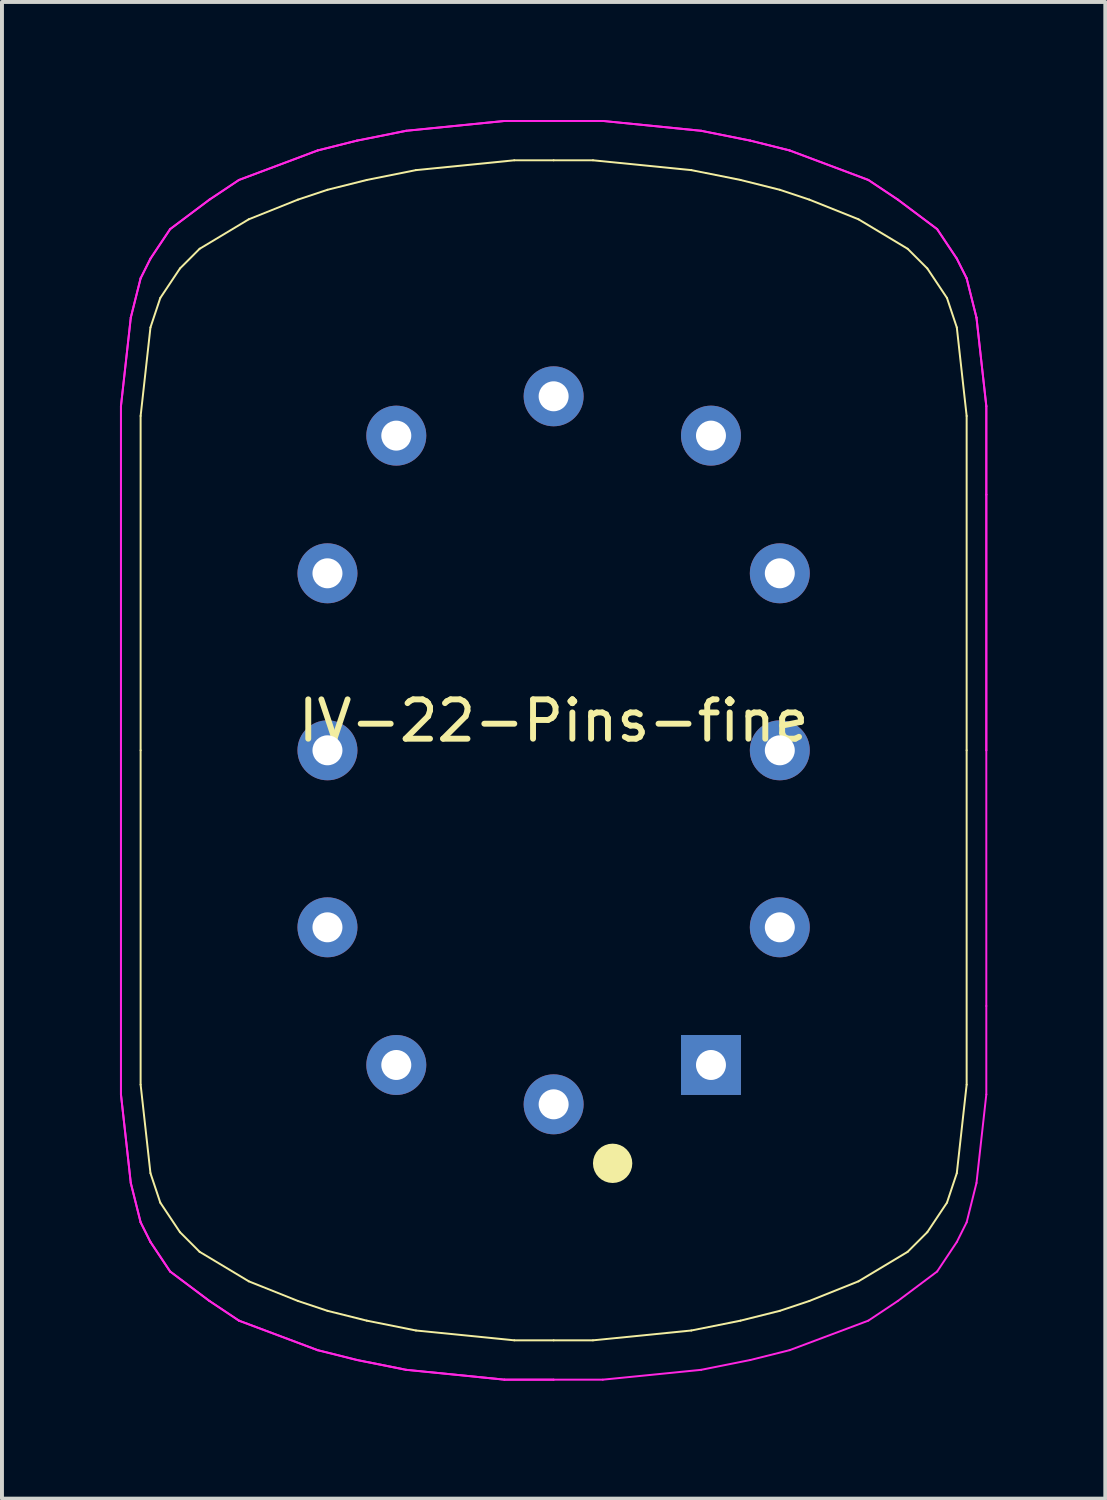
<source format=kicad_pcb>
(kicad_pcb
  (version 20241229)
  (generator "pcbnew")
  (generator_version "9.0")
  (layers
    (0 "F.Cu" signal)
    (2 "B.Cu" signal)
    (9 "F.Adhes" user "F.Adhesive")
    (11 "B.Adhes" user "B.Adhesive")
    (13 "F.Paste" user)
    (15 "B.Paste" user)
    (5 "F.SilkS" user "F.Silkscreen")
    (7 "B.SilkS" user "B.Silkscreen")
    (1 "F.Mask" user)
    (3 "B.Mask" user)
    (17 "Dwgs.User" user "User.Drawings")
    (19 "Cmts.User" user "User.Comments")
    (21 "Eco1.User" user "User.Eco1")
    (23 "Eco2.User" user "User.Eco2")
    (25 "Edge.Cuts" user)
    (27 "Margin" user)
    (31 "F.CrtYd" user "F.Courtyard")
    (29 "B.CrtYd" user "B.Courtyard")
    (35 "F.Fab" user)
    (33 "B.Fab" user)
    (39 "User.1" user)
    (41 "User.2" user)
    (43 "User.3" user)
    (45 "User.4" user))
  (footprint "IV-22-Pins-fine"
    (layer "F.Cu")
    (at 11.025 16.025)
    (property "Reference" "IV-22-Pins-fine" (at 0 -0.75 0) (layer "F.SilkS") (effects (font (size 1 1) (thickness 0.15))))
    (attr through_hole)
    (fp_line (start -10.5 -8.5) (end -10.5 0) (stroke (width 0.05) (type solid)) (layer "F.SilkS"))
    (fp_line (start -10.5 8.5) (end -10.5 0) (stroke (width 0.05) (type solid)) (layer "F.SilkS"))
    (fp_line (start -10.5 8.5) (end -10.25 10.75) (stroke (width 0.05) (type solid)) (layer "F.SilkS"))
    (fp_line (start -10.25 -10.75) (end -10.5 -8.5) (stroke (width 0.05) (type solid)) (layer "F.SilkS"))
    (fp_line (start -10.25 10.75) (end -10 11.5) (stroke (width 0.05) (type solid)) (layer "F.SilkS"))
    (fp_line (start -10 -11.5) (end -10.25 -10.75) (stroke (width 0.05) (type solid)) (layer "F.SilkS"))
    (fp_line (start -10 11.5) (end -9.5 12.25) (stroke (width 0.05) (type solid)) (layer "F.SilkS"))
    (fp_line (start -9.5 -12.25) (end -10 -11.5) (stroke (width 0.05) (type solid)) (layer "F.SilkS"))
    (fp_line (start -9.5 12.25) (end -9 12.75) (stroke (width 0.05) (type solid)) (layer "F.SilkS"))
    (fp_line (start -9 -12.75) (end -9.5 -12.25) (stroke (width 0.05) (type solid)) (layer "F.SilkS"))
    (fp_line (start -7.75 -13.5) (end -9 -12.75) (stroke (width 0.05) (type solid)) (layer "F.SilkS"))
    (fp_line (start -7.75 13.5) (end -9 12.75) (stroke (width 0.05) (type solid)) (layer "F.SilkS"))
    (fp_line (start -6.5 -14) (end -7.75 -13.5) (stroke (width 0.05) (type solid)) (layer "F.SilkS"))
    (fp_line (start -6.5 14) (end -7.75 13.5) (stroke (width 0.05) (type solid)) (layer "F.SilkS"))
    (fp_line (start -5.75 -14.25) (end -6.5 -14) (stroke (width 0.05) (type solid)) (layer "F.SilkS"))
    (fp_line (start -5.75 14.25) (end -6.5 14) (stroke (width 0.05) (type solid)) (layer "F.SilkS"))
    (fp_line (start -4.75 -14.5) (end -5.75 -14.25) (stroke (width 0.05) (type solid)) (layer "F.SilkS"))
    (fp_line (start -4.75 14.5) (end -5.75 14.25) (stroke (width 0.05) (type solid)) (layer "F.SilkS"))
    (fp_line (start -3.5 -14.75) (end -4.75 -14.5) (stroke (width 0.05) (type solid)) (layer "F.SilkS"))
    (fp_line (start -3.5 -14.75) (end -1 -15) (stroke (width 0.05) (type solid)) (layer "F.SilkS"))
    (fp_line (start -3.5 14.75) (end -4.75 14.5) (stroke (width 0.05) (type solid)) (layer "F.SilkS"))
    (fp_line (start -1 -15) (end 0 -15) (stroke (width 0.05) (type solid)) (layer "F.SilkS"))
    (fp_line (start -1 15) (end -3.5 14.75) (stroke (width 0.05) (type solid)) (layer "F.SilkS"))
    (fp_line (start 0 -15) (end 1 -15) (stroke (width 0.05) (type solid)) (layer "F.SilkS"))
    (fp_line (start 0 15) (end -1 15) (stroke (width 0.05) (type solid)) (layer "F.SilkS"))
    (fp_line (start 1 -15) (end 3.5 -14.75) (stroke (width 0.05) (type solid)) (layer "F.SilkS"))
    (fp_line (start 1 15) (end 0 15) (stroke (width 0.05) (type solid)) (layer "F.SilkS"))
    (fp_line (start 3.5 -14.75) (end 4.75 -14.5) (stroke (width 0.05) (type solid)) (layer "F.SilkS"))
    (fp_line (start 3.5 14.75) (end 1 15) (stroke (width 0.05) (type solid)) (layer "F.SilkS"))
    (fp_line (start 3.5 14.75) (end 4.75 14.5) (stroke (width 0.05) (type solid)) (layer "F.SilkS"))
    (fp_line (start 4.75 -14.5) (end 5.75 -14.25) (stroke (width 0.05) (type solid)) (layer "F.SilkS"))
    (fp_line (start 4.75 14.5) (end 5.75 14.25) (stroke (width 0.05) (type solid)) (layer "F.SilkS"))
    (fp_line (start 5.75 -14.25) (end 6.5 -14) (stroke (width 0.05) (type solid)) (layer "F.SilkS"))
    (fp_line (start 5.75 14.25) (end 6.5 14) (stroke (width 0.05) (type solid)) (layer "F.SilkS"))
    (fp_line (start 6.5 -14) (end 7.75 -13.5) (stroke (width 0.05) (type solid)) (layer "F.SilkS"))
    (fp_line (start 6.5 14) (end 7.75 13.5) (stroke (width 0.05) (type solid)) (layer "F.SilkS"))
    (fp_line (start 7.75 -13.5) (end 9 -12.75) (stroke (width 0.05) (type solid)) (layer "F.SilkS"))
    (fp_line (start 7.75 13.5) (end 9 12.75) (stroke (width 0.05) (type solid)) (layer "F.SilkS"))
    (fp_line (start 9 12.75) (end 9.5 12.25) (stroke (width 0.05) (type solid)) (layer "F.SilkS"))
    (fp_line (start 9.5 -12.25) (end 9 -12.75) (stroke (width 0.05) (type solid)) (layer "F.SilkS"))
    (fp_line (start 9.5 12.25) (end 10 11.5) (stroke (width 0.05) (type solid)) (layer "F.SilkS"))
    (fp_line (start 10 -11.5) (end 9.5 -12.25) (stroke (width 0.05) (type solid)) (layer "F.SilkS"))
    (fp_line (start 10 11.5) (end 10.25 10.75) (stroke (width 0.05) (type solid)) (layer "F.SilkS"))
    (fp_line (start 10.25 -10.75) (end 10 -11.5) (stroke (width 0.05) (type solid)) (layer "F.SilkS"))
    (fp_line (start 10.25 10.75) (end 10.5 8.5) (stroke (width 0.05) (type solid)) (layer "F.SilkS"))
    (fp_line (start 10.5 -8.5) (end 10.25 -10.75) (stroke (width 0.05) (type solid)) (layer "F.SilkS"))
    (fp_line (start 10.5 -8.5) (end 10.5 0) (stroke (width 0.05) (type solid)) (layer "F.SilkS"))
    (fp_line (start 10.5 8.5) (end 10.5 0) (stroke (width 0.05) (type solid)) (layer "F.SilkS"))
    (fp_circle (center 1.5 10.5) (end 1.25 10.5) (stroke (width 0.5) (type solid)) (fill no) (layer "F.SilkS"))
    (fp_line (start -11 -8.75) (end -10.75 -11) (stroke (width 0.05) (type solid)) (layer "F.CrtYd"))
    (fp_line (start -11 -8.75) (end -10.75 -11) (stroke (width 0.05) (type solid)) (layer "F.CrtYd"))
    (fp_line (start -11 -6.5) (end -11 -8.75) (stroke (width 0.05) (type solid)) (layer "F.CrtYd"))
    (fp_line (start -11 -6.5) (end -11 -8.75) (stroke (width 0.05) (type solid)) (layer "F.CrtYd"))
    (fp_line (start -11 -6.5) (end -11 0) (stroke (width 0.05) (type solid)) (layer "F.CrtYd"))
    (fp_line (start -11 -6.5) (end -11 0) (stroke (width 0.05) (type solid)) (layer "F.CrtYd"))
    (fp_line (start -11 6.5) (end -11 0) (stroke (width 0.05) (type solid)) (layer "F.CrtYd"))
    (fp_line (start -11 6.5) (end -11 0) (stroke (width 0.05) (type solid)) (layer "F.CrtYd"))
    (fp_line (start -11 6.5) (end -11 8.75) (stroke (width 0.05) (type solid)) (layer "F.CrtYd"))
    (fp_line (start -11 6.5) (end -11 8.75) (stroke (width 0.05) (type solid)) (layer "F.CrtYd"))
    (fp_line (start -11 8.75) (end -10.75 11) (stroke (width 0.05) (type solid)) (layer "F.CrtYd"))
    (fp_line (start -11 8.75) (end -10.75 11) (stroke (width 0.05) (type solid)) (layer "F.CrtYd"))
    (fp_line (start -10.75 -11) (end -10.5 -12) (stroke (width 0.05) (type solid)) (layer "F.CrtYd"))
    (fp_line (start -10.75 -11) (end -10.5 -12) (stroke (width 0.05) (type solid)) (layer "F.CrtYd"))
    (fp_line (start -10.75 11) (end -10.5 12) (stroke (width 0.05) (type solid)) (layer "F.CrtYd"))
    (fp_line (start -10.75 11) (end -10.5 12) (stroke (width 0.05) (type solid)) (layer "F.CrtYd"))
    (fp_line (start -10.5 -12) (end -10.25 -12.5) (stroke (width 0.05) (type solid)) (layer "F.CrtYd"))
    (fp_line (start -10.5 -12) (end -10.25 -12.5) (stroke (width 0.05) (type solid)) (layer "F.CrtYd"))
    (fp_line (start -10.5 12) (end -10.25 12.5) (stroke (width 0.05) (type solid)) (layer "F.CrtYd"))
    (fp_line (start -10.5 12) (end -10.25 12.5) (stroke (width 0.05) (type solid)) (layer "F.CrtYd"))
    (fp_line (start -9.75 -13.25) (end -10.25 -12.5) (stroke (width 0.05) (type solid)) (layer "F.CrtYd"))
    (fp_line (start -9.75 -13.25) (end -10.25 -12.5) (stroke (width 0.05) (type solid)) (layer "F.CrtYd"))
    (fp_line (start -9.75 13.25) (end -10.25 12.5) (stroke (width 0.05) (type solid)) (layer "F.CrtYd"))
    (fp_line (start -9.75 13.25) (end -10.25 12.5) (stroke (width 0.05) (type solid)) (layer "F.CrtYd"))
    (fp_line (start -8.75 -14) (end -9.75 -13.25) (stroke (width 0.05) (type solid)) (layer "F.CrtYd"))
    (fp_line (start -8.75 -14) (end -9.75 -13.25) (stroke (width 0.05) (type solid)) (layer "F.CrtYd"))
    (fp_line (start -8.75 14) (end -9.75 13.25) (stroke (width 0.05) (type solid)) (layer "F.CrtYd"))
    (fp_line (start -8.75 14) (end -9.75 13.25) (stroke (width 0.05) (type solid)) (layer "F.CrtYd"))
    (fp_line (start -8 -14.5) (end -8.75 -14) (stroke (width 0.05) (type solid)) (layer "F.CrtYd"))
    (fp_line (start -8 -14.5) (end -8.75 -14) (stroke (width 0.05) (type solid)) (layer "F.CrtYd"))
    (fp_line (start -8 14.5) (end -8.75 14) (stroke (width 0.05) (type solid)) (layer "F.CrtYd"))
    (fp_line (start -8 14.5) (end -8.75 14) (stroke (width 0.05) (type solid)) (layer "F.CrtYd"))
    (fp_line (start -6 -15.25) (end -8 -14.5) (stroke (width 0.05) (type solid)) (layer "F.CrtYd"))
    (fp_line (start -6 -15.25) (end -8 -14.5) (stroke (width 0.05) (type solid)) (layer "F.CrtYd"))
    (fp_line (start -6 15.25) (end -8 14.5) (stroke (width 0.05) (type solid)) (layer "F.CrtYd"))
    (fp_line (start -6 15.25) (end -8 14.5) (stroke (width 0.05) (type solid)) (layer "F.CrtYd"))
    (fp_line (start -5 -15.5) (end -6 -15.25) (stroke (width 0.05) (type solid)) (layer "F.CrtYd"))
    (fp_line (start -5 -15.5) (end -6 -15.25) (stroke (width 0.05) (type solid)) (layer "F.CrtYd"))
    (fp_line (start -5 15.5) (end -6 15.25) (stroke (width 0.05) (type solid)) (layer "F.CrtYd"))
    (fp_line (start -5 15.5) (end -6 15.25) (stroke (width 0.05) (type solid)) (layer "F.CrtYd"))
    (fp_line (start -3.75 -15.75) (end -5 -15.5) (stroke (width 0.05) (type solid)) (layer "F.CrtYd"))
    (fp_line (start -3.75 -15.75) (end -5 -15.5) (stroke (width 0.05) (type solid)) (layer "F.CrtYd"))
    (fp_line (start -3.75 15.75) (end -5 15.5) (stroke (width 0.05) (type solid)) (layer "F.CrtYd"))
    (fp_line (start -3.75 15.75) (end -5 15.5) (stroke (width 0.05) (type solid)) (layer "F.CrtYd"))
    (fp_line (start -1.25 -16) (end -3.75 -15.75) (stroke (width 0.05) (type solid)) (layer "F.CrtYd"))
    (fp_line (start -1.25 -16) (end -3.75 -15.75) (stroke (width 0.05) (type solid)) (layer "F.CrtYd"))
    (fp_line (start -1.25 16) (end -3.75 15.75) (stroke (width 0.05) (type solid)) (layer "F.CrtYd"))
    (fp_line (start -1.25 16) (end -3.75 15.75) (stroke (width 0.05) (type solid)) (layer "F.CrtYd"))
    (fp_line (start 0 -16) (end -1.25 -16) (stroke (width 0.05) (type solid)) (layer "F.CrtYd"))
    (fp_line (start 0 -16) (end -1.25 -16) (stroke (width 0.05) (type solid)) (layer "F.CrtYd"))
    (fp_line (start 0 -16) (end 1.25 -16) (stroke (width 0.05) (type solid)) (layer "F.CrtYd"))
    (fp_line (start 0 -16) (end 1.25 -16) (stroke (width 0.05) (type solid)) (layer "F.CrtYd"))
    (fp_line (start 0 16) (end -1.25 16) (stroke (width 0.05) (type solid)) (layer "F.CrtYd"))
    (fp_line (start 0 16) (end -1.25 16) (stroke (width 0.05) (type solid)) (layer "F.CrtYd"))
    (fp_line (start 0 16) (end 1.25 16) (stroke (width 0.05) (type solid)) (layer "F.CrtYd"))
    (fp_line (start 1.25 -16) (end 3.75 -15.75) (stroke (width 0.05) (type solid)) (layer "F.CrtYd"))
    (fp_line (start 1.25 -16) (end 3.75 -15.75) (stroke (width 0.05) (type solid)) (layer "F.CrtYd"))
    (fp_line (start 1.25 16) (end 3.75 15.75) (stroke (width 0.05) (type solid)) (layer "F.CrtYd"))
    (fp_line (start 3.75 -15.75) (end 5 -15.5) (stroke (width 0.05) (type solid)) (layer "F.CrtYd"))
    (fp_line (start 3.75 -15.75) (end 5 -15.5) (stroke (width 0.05) (type solid)) (layer "F.CrtYd"))
    (fp_line (start 3.75 15.75) (end 5 15.5) (stroke (width 0.05) (type solid)) (layer "F.CrtYd"))
    (fp_line (start 5 -15.5) (end 6 -15.25) (stroke (width 0.05) (type solid)) (layer "F.CrtYd"))
    (fp_line (start 5 -15.5) (end 6 -15.25) (stroke (width 0.05) (type solid)) (layer "F.CrtYd"))
    (fp_line (start 5 15.5) (end 6 15.25) (stroke (width 0.05) (type solid)) (layer "F.CrtYd"))
    (fp_line (start 6 -15.25) (end 8 -14.5) (stroke (width 0.05) (type solid)) (layer "F.CrtYd"))
    (fp_line (start 6 -15.25) (end 8 -14.5) (stroke (width 0.05) (type solid)) (layer "F.CrtYd"))
    (fp_line (start 6 15.25) (end 8 14.5) (stroke (width 0.05) (type solid)) (layer "F.CrtYd"))
    (fp_line (start 8 -14.5) (end 8.75 -14) (stroke (width 0.05) (type solid)) (layer "F.CrtYd"))
    (fp_line (start 8 -14.5) (end 8.75 -14) (stroke (width 0.05) (type solid)) (layer "F.CrtYd"))
    (fp_line (start 8 14.5) (end 8.75 14) (stroke (width 0.05) (type solid)) (layer "F.CrtYd"))
    (fp_line (start 8.75 -14) (end 9.75 -13.25) (stroke (width 0.05) (type solid)) (layer "F.CrtYd"))
    (fp_line (start 8.75 -14) (end 9.75 -13.25) (stroke (width 0.05) (type solid)) (layer "F.CrtYd"))
    (fp_line (start 8.75 14) (end 9.75 13.25) (stroke (width 0.05) (type solid)) (layer "F.CrtYd"))
    (fp_line (start 9.75 -13.25) (end 10.25 -12.5) (stroke (width 0.05) (type solid)) (layer "F.CrtYd"))
    (fp_line (start 9.75 -13.25) (end 10.25 -12.5) (stroke (width 0.05) (type solid)) (layer "F.CrtYd"))
    (fp_line (start 9.75 13.25) (end 10.25 12.5) (stroke (width 0.05) (type solid)) (layer "F.CrtYd"))
    (fp_line (start 10.5 -12) (end 10.25 -12.5) (stroke (width 0.05) (type solid)) (layer "F.CrtYd"))
    (fp_line (start 10.5 -12) (end 10.25 -12.5) (stroke (width 0.05) (type solid)) (layer "F.CrtYd"))
    (fp_line (start 10.5 12) (end 10.25 12.5) (stroke (width 0.05) (type solid)) (layer "F.CrtYd"))
    (fp_line (start 10.75 -11) (end 10.5 -12) (stroke (width 0.05) (type solid)) (layer "F.CrtYd"))
    (fp_line (start 10.75 -11) (end 10.5 -12) (stroke (width 0.05) (type solid)) (layer "F.CrtYd"))
    (fp_line (start 10.75 11) (end 10.5 12) (stroke (width 0.05) (type solid)) (layer "F.CrtYd"))
    (fp_line (start 11 -8.75) (end 10.75 -11) (stroke (width 0.05) (type solid)) (layer "F.CrtYd"))
    (fp_line (start 11 -8.75) (end 10.75 -11) (stroke (width 0.05) (type solid)) (layer "F.CrtYd"))
    (fp_line (start 11 -6.5) (end 11 -8.75) (stroke (width 0.05) (type solid)) (layer "F.CrtYd"))
    (fp_line (start 11 -6.5) (end 11 -8.75) (stroke (width 0.05) (type solid)) (layer "F.CrtYd"))
    (fp_line (start 11 -6.5) (end 11 0) (stroke (width 0.05) (type solid)) (layer "F.CrtYd"))
    (fp_line (start 11 -6.5) (end 11 0) (stroke (width 0.05) (type solid)) (layer "F.CrtYd"))
    (fp_line (start 11 6.5) (end 11 0) (stroke (width 0.05) (type solid)) (layer "F.CrtYd"))
    (fp_line (start 11 6.5) (end 11 8.75) (stroke (width 0.05) (type solid)) (layer "F.CrtYd"))
    (fp_line (start 11 8.75) (end 10.75 11) (stroke (width 0.05) (type solid)) (layer "F.CrtYd"))
    (pad "1" thru_hole rect (at 4 8) (size 1.524 1.524) (drill 0.762) (layers "*.Cu" "*.Mask"))
    (pad "2" thru_hole circle (at 5.75 4.5) (size 1.524 1.524) (drill 0.762) (layers "*.Cu" "*.Mask"))
    (pad "3" thru_hole circle (at 5.75 0) (size 1.524 1.524) (drill 0.762) (layers "*.Cu" "*.Mask"))
    (pad "4" thru_hole circle (at 5.75 -4.5) (size 1.524 1.524) (drill 0.762) (layers "*.Cu" "*.Mask"))
    (pad "5" thru_hole circle (at 4 -8) (size 1.524 1.524) (drill 0.762) (layers "*.Cu" "*.Mask"))
    (pad "6" thru_hole circle (at 0 -9) (size 1.524 1.524) (drill 0.762) (layers "*.Cu" "*.Mask"))
    (pad "7" thru_hole circle (at -4 -8) (size 1.524 1.524) (drill 0.762) (layers "*.Cu" "*.Mask"))
    (pad "8" thru_hole circle (at -5.75 -4.5) (size 1.524 1.524) (drill 0.762) (layers "*.Cu" "*.Mask"))
    (pad "9" thru_hole circle (at -5.75 0) (size 1.524 1.524) (drill 0.762) (layers "*.Cu" "*.Mask"))
    (pad "10" thru_hole circle (at -5.75 4.5) (size 1.524 1.524) (drill 0.762) (layers "*.Cu" "*.Mask"))
    (pad "11" thru_hole circle (at -4 8) (size 1.524 1.524) (drill 0.762) (layers "*.Cu" "*.Mask"))
    (pad "12" thru_hole circle (at 0 9) (size 1.524 1.524) (drill 0.762) (layers "*.Cu" "*.Mask")))
  (gr_rect
    (start -3 -3)
    (end 25.05 35.05)
    (stroke (width 0.1) (type default))
    (fill no)
    (layer "Edge.Cuts")))
</source>
